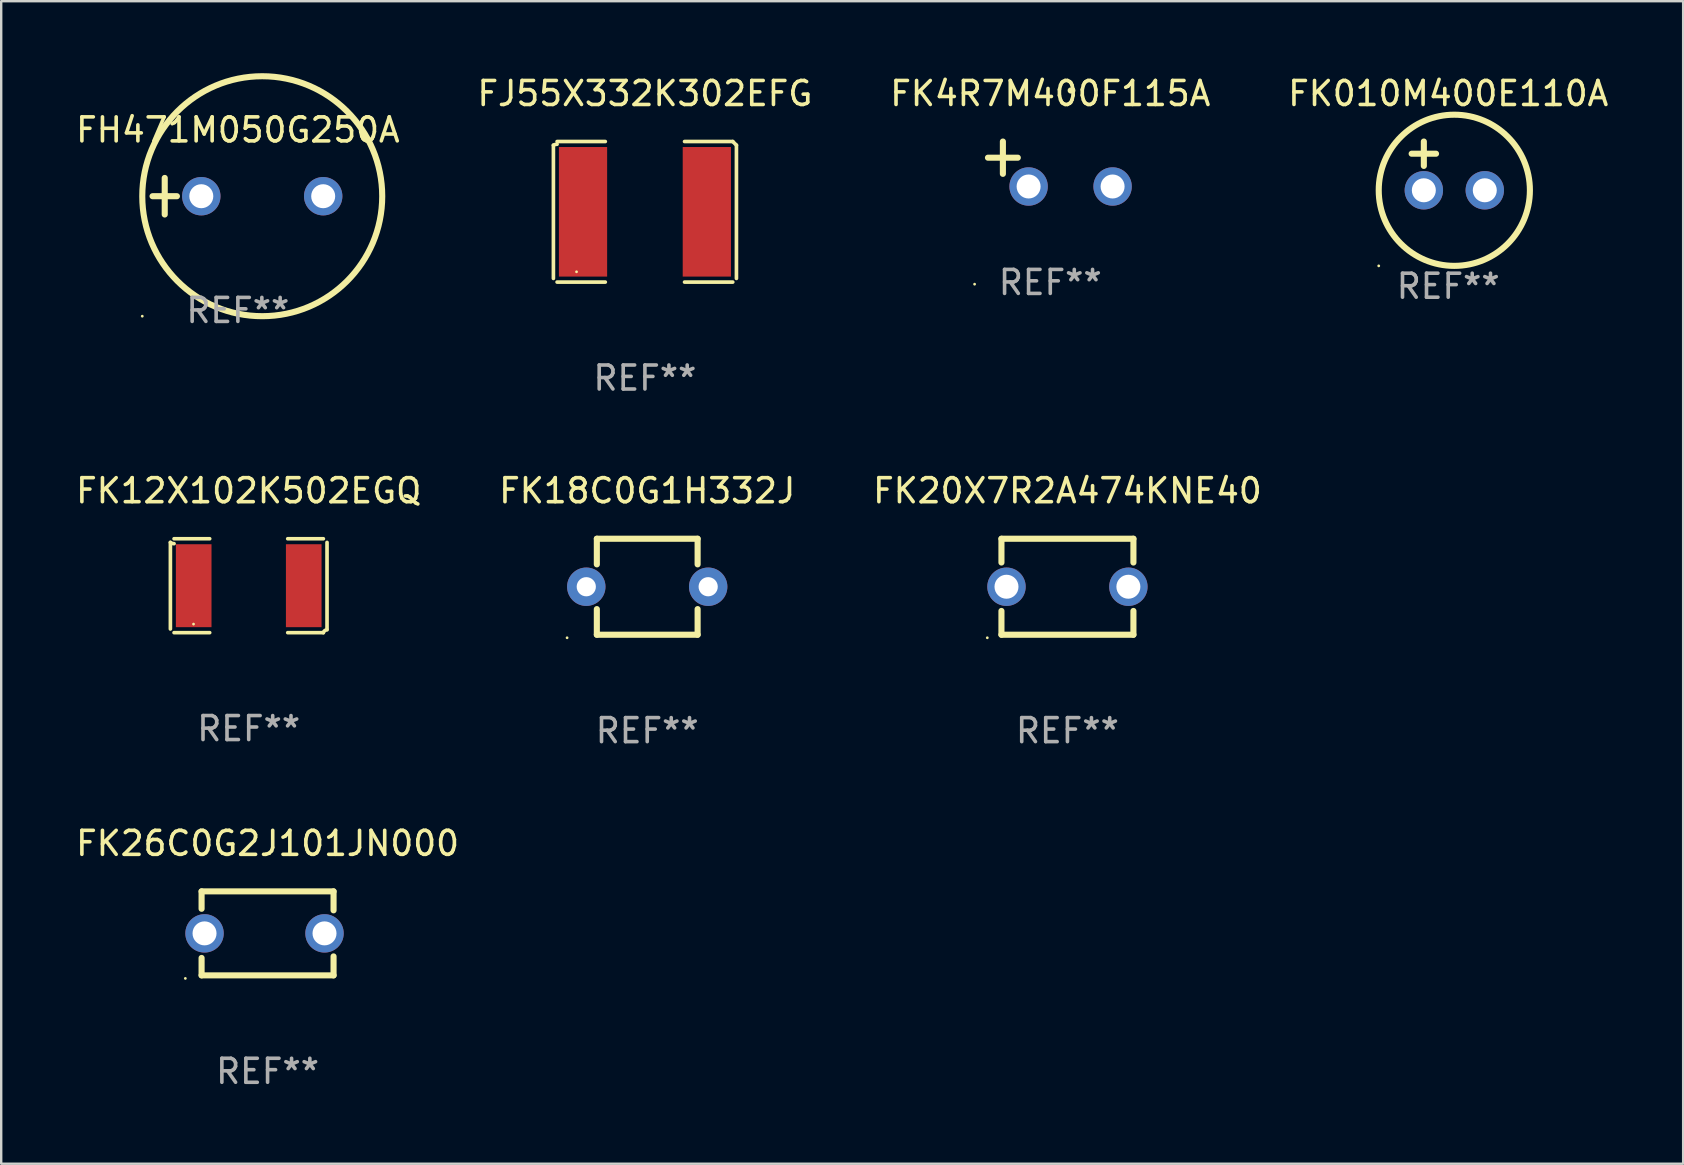
<source format=kicad_pcb>
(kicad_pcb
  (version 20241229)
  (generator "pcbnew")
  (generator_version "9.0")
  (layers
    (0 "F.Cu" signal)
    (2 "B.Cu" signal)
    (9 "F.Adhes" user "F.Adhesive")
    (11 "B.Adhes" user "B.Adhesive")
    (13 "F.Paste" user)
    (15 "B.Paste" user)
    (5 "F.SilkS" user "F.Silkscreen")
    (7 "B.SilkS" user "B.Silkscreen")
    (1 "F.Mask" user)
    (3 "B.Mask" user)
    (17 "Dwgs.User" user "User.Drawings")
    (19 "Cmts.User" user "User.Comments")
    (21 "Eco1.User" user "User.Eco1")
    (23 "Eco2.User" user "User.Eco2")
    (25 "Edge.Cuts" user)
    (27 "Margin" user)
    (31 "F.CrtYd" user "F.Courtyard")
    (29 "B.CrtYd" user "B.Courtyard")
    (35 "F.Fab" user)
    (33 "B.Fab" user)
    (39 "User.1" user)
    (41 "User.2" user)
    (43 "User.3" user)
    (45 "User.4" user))
  (footprint "FJ55X332K302EFG"
    (layer "F.Cu")
    (at 23.827 5.777)
    (property "Reference" "FJ55X332K302EFG" (at 0 -4.929 0) (layer "F.SilkS") (effects (font (size 1 1) (thickness 0.15))))
    (attr through_hole)
    (fp_line (start -3.814 2.776) (end -3.814 -2.776) (stroke (width 0.152) (type solid)) (layer "F.SilkS"))
    (fp_line (start -3.661 -2.929) (end -1.651 -2.929) (stroke (width 0.152) (type solid)) (layer "F.SilkS"))
    (fp_line (start -1.651 2.929) (end -3.661 2.929) (stroke (width 0.152) (type solid)) (layer "F.SilkS"))
    (fp_line (start 1.651 2.929) (end 3.661 2.929) (stroke (width 0.152) (type solid)) (layer "F.SilkS"))
    (fp_line (start 3.661 -2.929) (end 1.651 -2.929) (stroke (width 0.152) (type solid)) (layer "F.SilkS"))
    (fp_line (start 3.814 2.776) (end 3.814 -2.776) (stroke (width 0.152) (type solid)) (layer "F.SilkS"))
    (fp_arc (start -3.813614 -2.7762) (mid -3.739925 -2.805625) (end -3.661214 -2.815646) (stroke (width 0.1524) (type solid)) (layer "F.SilkS"))
    (fp_arc (start 3.661214 -2.9286) (mid 3.737425 -2.852411) (end 3.813614 -2.7762) (stroke (width 0.1524) (type solid)) (layer "F.SilkS"))
    (fp_circle (center -2.85 2.5) (end -2.82 2.5) (stroke (width 0.06) (type solid)) (fill no) (layer "F.SilkS"))
    (fp_text user "REF**" (at 0 6.929 0) (layer "F.Fab") (effects (font (size 1 1) (thickness 0.15))))
    (pad "1" smd rect (at -2.58 0) (size 2.01 5.4) (layers "F.Cu" "F.Mask" "F.Paste"))
    (pad "2" smd rect (at 2.58 0) (size 2.01 5.4) (layers "F.Cu" "F.Mask" "F.Paste")))
  (footprint "FK010M400E110A"
    (layer "F.Cu")
    (at 57.304 3.864)
    (property "Reference" "FK010M400E110A" (at 0 -3.016 0) (layer "F.SilkS") (effects (font (size 1 1) (thickness 0.15))))
    (attr through_hole)
    (fp_line (start -1.524 -0.508) (end -0.508 -0.508) (stroke (width 0.254) (type solid)) (layer "F.SilkS"))
    (fp_line (start -1.016 -1.016) (end -1.016 0) (stroke (width 0.254) (type solid)) (layer "F.SilkS"))
    (fp_circle (center -2.896 4.166) (end -2.866 4.166) (stroke (width 0.06) (type solid)) (fill no) (layer "F.SilkS"))
    (fp_circle (center 0.254 1.016) (end 3.404 1.016) (stroke (width 0.254) (type solid)) (fill no) (layer "F.SilkS"))
    (fp_text user "REF**" (at 0 5.016 0) (layer "F.Fab") (effects (font (size 1 1) (thickness 0.15))))
    (pad "1" thru_hole circle (at -1.016 1.016) (size 1.6 1.6) (drill 1) (layers "*.Cu" "*.Mask"))
    (pad "2" thru_hole circle (at 1.524 1.016) (size 1.6 1.6) (drill 1) (layers "*.Cu" "*.Mask")))
  (footprint "FK4R7M400F115A"
    (layer "F.Cu")
    (at 40.72 3.785)
    (property "Reference" "FK4R7M400F115A" (at 0 -2.937 0) (layer "F.SilkS") (effects (font (size 1 1) (thickness 0.15))))
    (attr through_hole)
    (fp_line (start -1.975 0.41) (end -1.975 -0.937) (stroke (width 0.254) (type solid)) (layer "F.SilkS"))
    (fp_line (start -1.353 -0.263) (end -2.597 -0.263) (stroke (width 0.254) (type solid)) (layer "F.SilkS"))
    (fp_arc (start 0.849809 -3.063957) (mid 0.885369 -3.064114) (end 0.920929 -3.063957) (stroke (width 0.254001) (type solid)) (layer "F.SilkS"))
    (fp_circle (center -3.154 5.008) (end -3.124 5.008) (stroke (width 0.06) (type solid)) (fill no) (layer "F.SilkS"))
    (fp_text user "REF**" (at 0 4.937 0) (layer "F.Fab") (effects (font (size 1 1) (thickness 0.15))))
    (pad "1" thru_hole circle (at -0.903 0.937) (size 1.6 1.6) (drill 1) (layers "*.Cu" "*.Mask"))
    (pad "2" thru_hole circle (at 2.597 0.937) (size 1.6 1.6) (drill 1) (layers "*.Cu" "*.Mask")))
  (footprint "FK20X7R2A474KNE40"
    (layer "F.Cu")
    (at 41.435 21.402)
    (property "Reference" "FK20X7R2A474KNE40" (at 0 -4 0) (layer "F.SilkS") (effects (font (size 1 1) (thickness 0.15))))
    (attr through_hole)
    (fp_line (start -2.75 -2) (end -2.75 -1.009) (stroke (width 0.254) (type solid)) (layer "F.SilkS"))
    (fp_line (start -2.75 -2) (end 2.75 -2) (stroke (width 0.254) (type solid)) (layer "F.SilkS"))
    (fp_line (start -2.75 1.009) (end -2.75 2) (stroke (width 0.254) (type solid)) (layer "F.SilkS"))
    (fp_line (start 2.75 2) (end -2.75 2) (stroke (width 0.254) (type solid)) (layer "F.SilkS"))
    (fp_line (start 2.75 -2) (end 2.75 -1.009) (stroke (width 0.254) (type solid)) (layer "F.SilkS"))
    (fp_line (start 2.75 1.009) (end 2.75 2) (stroke (width 0.254) (type solid)) (layer "F.SilkS"))
    (fp_circle (center -3.34 2.127) (end -3.31 2.127) (stroke (width 0.06) (type solid)) (fill no) (layer "F.SilkS"))
    (fp_text user "REF**" (at 0 6 0) (layer "F.Fab") (effects (font (size 1 1) (thickness 0.15))))
    (pad "1" thru_hole circle (at -2.54 0) (size 1.6 1.6) (drill 1) (layers "*.Cu" "*.Mask"))
    (pad "2" thru_hole circle (at 2.54 0) (size 1.6 1.6) (drill 1) (layers "*.Cu" "*.Mask")))
  (footprint "FK26C0G2J101JN000"
    (layer "F.Cu")
    (at 8.101 35.848)
    (property "Reference" "FK26C0G2J101JN000" (at 0 -3.75 0) (layer "F.SilkS") (effects (font (size 1 1) (thickness 0.15))))
    (attr through_hole)
    (fp_line (start -2.75 -1.75) (end -2.75 -1.024) (stroke (width 0.254) (type solid)) (layer "F.SilkS"))
    (fp_line (start -2.75 -1.75) (end 2.75 -1.75) (stroke (width 0.254) (type solid)) (layer "F.SilkS"))
    (fp_line (start -2.75 1.024) (end -2.75 1.75) (stroke (width 0.254) (type solid)) (layer "F.SilkS"))
    (fp_line (start 2.75 -1.75) (end 2.75 -0.96) (stroke (width 0.254) (type solid)) (layer "F.SilkS"))
    (fp_line (start 2.75 0.96) (end 2.75 1.75) (stroke (width 0.254) (type solid)) (layer "F.SilkS"))
    (fp_line (start 2.75 1.75) (end -2.75 1.75) (stroke (width 0.254) (type solid)) (layer "F.SilkS"))
    (fp_circle (center -3.427 1.877) (end -3.397 1.877) (stroke (width 0.06) (type solid)) (fill no) (layer "F.SilkS"))
    (fp_text user "REF**" (at 0 5.75 0) (layer "F.Fab") (effects (font (size 1 1) (thickness 0.15))))
    (pad "1" thru_hole circle (at -2.627 0) (size 1.6 1.6) (drill 1) (layers "*.Cu" "*.Mask"))
    (pad "2" thru_hole circle (at 2.373 0) (size 1.6 1.6) (drill 1) (layers "*.Cu" "*.Mask")))
  (footprint "FH471M050G250A"
    (layer "F.Cu")
    (at 6.863 5.127)
    (property "Reference" "FH471M050G250A" (at 0 -2.762 0) (layer "F.SilkS") (effects (font (size 1 1) (thickness 0.15))))
    (attr through_hole)
    (fp_line (start -3.556 0) (end -2.54 0) (stroke (width 0.254) (type solid)) (layer "F.SilkS"))
    (fp_line (start -3.048 -0.762) (end -3.048 0.762) (stroke (width 0.254) (type solid)) (layer "F.SilkS"))
    (fp_circle (center -3.984 5) (end -3.954 5) (stroke (width 0.06) (type solid)) (fill no) (layer "F.SilkS"))
    (fp_circle (center 1.016 0) (end 6.016 0) (stroke (width 0.254) (type solid)) (fill no) (layer "F.SilkS"))
    (fp_text user "REF**" (at 0 4.762 0) (layer "F.Fab") (effects (font (size 1 1) (thickness 0.15))))
    (pad "1" thru_hole circle (at -1.524 0) (size 1.6 1.6) (drill 1) (layers "*.Cu" "*.Mask"))
    (pad "2" thru_hole circle (at 3.556 0) (size 1.6 1.6) (drill 1) (layers "*.Cu" "*.Mask")))
  (footprint "FK12X102K502EGQ"
    (layer "F.Cu")
    (at 7.315 21.359)
    (property "Reference" "FK12X102K502EGQ" (at 0 -3.957 0) (layer "F.SilkS") (effects (font (size 1 1) (thickness 0.15))))
    (attr through_hole)
    (fp_line (start -3.264 1.804) (end -3.264 -1.804) (stroke (width 0.152) (type solid)) (layer "F.SilkS"))
    (fp_line (start -3.111 -1.957) (end -1.626 -1.957) (stroke (width 0.152) (type solid)) (layer "F.SilkS"))
    (fp_line (start -1.626 1.957) (end -3.111 1.957) (stroke (width 0.152) (type solid)) (layer "F.SilkS"))
    (fp_line (start 1.626 1.957) (end 3.111 1.957) (stroke (width 0.152) (type solid)) (layer "F.SilkS"))
    (fp_line (start 3.111 -1.957) (end 1.626 -1.957) (stroke (width 0.152) (type solid)) (layer "F.SilkS"))
    (fp_line (start 3.264 1.804) (end 3.264 -1.804) (stroke (width 0.152) (type solid)) (layer "F.SilkS"))
    (fp_arc (start -3.111202 -1.752192) (mid -3.191715 -1.76555) (end -3.263602 -1.804191) (stroke (width 0.1524) (type solid)) (layer "F.SilkS"))
    (fp_arc (start 3.111201 1.956591) (mid 3.167789 1.872777) (end 3.263602 1.840424) (stroke (width 0.1524) (type solid)) (layer "F.SilkS"))
    (fp_circle (center -2.3 1.6) (end -2.27 1.6) (stroke (width 0.06) (type solid)) (fill no) (layer "F.SilkS"))
    (fp_text user "REF**" (at 0 5.957 0) (layer "F.Fab") (effects (font (size 1 1) (thickness 0.15))))
    (pad "1" smd rect (at -2.293 0) (size 1.485 3.456) (layers "F.Cu" "F.Mask" "F.Paste"))
    (pad "2" smd rect (at 2.293 0) (size 1.485 3.456) (layers "F.Cu" "F.Mask" "F.Paste")))
  (footprint "FK18C0G1H332J"
    (layer "F.Cu")
    (at 23.923 21.402)
    (property "Reference" "FK18C0G1H332J" (at 0 -4 0) (layer "F.SilkS") (effects (font (size 1 1) (thickness 0.15))))
    (attr through_hole)
    (fp_line (start -2.1 -2) (end -2.1 -0.932) (stroke (width 0.254) (type solid)) (layer "F.SilkS"))
    (fp_line (start -2.1 -2) (end 2.1 -2) (stroke (width 0.254) (type solid)) (layer "F.SilkS"))
    (fp_line (start -2.1 0.932) (end -2.1 2) (stroke (width 0.254) (type solid)) (layer "F.SilkS"))
    (fp_line (start -2.1 2) (end 2.1 2) (stroke (width 0.254) (type solid)) (layer "F.SilkS"))
    (fp_line (start 2.1 -2) (end 2.1 -0.932) (stroke (width 0.254) (type solid)) (layer "F.SilkS"))
    (fp_line (start 2.1 0.932) (end 2.1 2) (stroke (width 0.254) (type solid)) (layer "F.SilkS"))
    (fp_circle (center -3.34 2.127) (end -3.31 2.127) (stroke (width 0.06) (type solid)) (fill no) (layer "F.SilkS"))
    (fp_text user "REF**" (at 0 6 0) (layer "F.Fab") (effects (font (size 1 1) (thickness 0.15))))
    (pad "1" thru_hole circle (at -2.54 0) (size 1.6 1.6) (drill 0.8) (layers "*.Cu" "*.Mask"))
    (pad "2" thru_hole circle (at 2.54 0) (size 1.6 1.6) (drill 0.8) (layers "*.Cu" "*.Mask")))
  (gr_rect
    (start -3 -3)
    (end 67.095 45.447)
    (stroke (width 0.1) (type default))
    (fill no)
    (layer "Edge.Cuts")))
</source>
